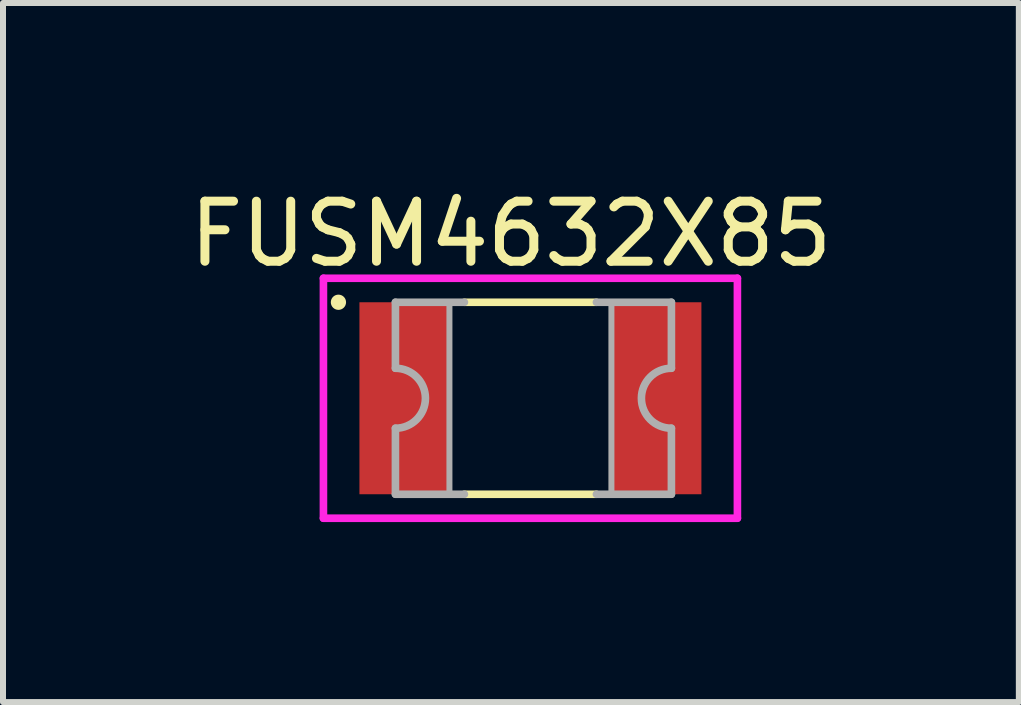
<source format=kicad_pcb>
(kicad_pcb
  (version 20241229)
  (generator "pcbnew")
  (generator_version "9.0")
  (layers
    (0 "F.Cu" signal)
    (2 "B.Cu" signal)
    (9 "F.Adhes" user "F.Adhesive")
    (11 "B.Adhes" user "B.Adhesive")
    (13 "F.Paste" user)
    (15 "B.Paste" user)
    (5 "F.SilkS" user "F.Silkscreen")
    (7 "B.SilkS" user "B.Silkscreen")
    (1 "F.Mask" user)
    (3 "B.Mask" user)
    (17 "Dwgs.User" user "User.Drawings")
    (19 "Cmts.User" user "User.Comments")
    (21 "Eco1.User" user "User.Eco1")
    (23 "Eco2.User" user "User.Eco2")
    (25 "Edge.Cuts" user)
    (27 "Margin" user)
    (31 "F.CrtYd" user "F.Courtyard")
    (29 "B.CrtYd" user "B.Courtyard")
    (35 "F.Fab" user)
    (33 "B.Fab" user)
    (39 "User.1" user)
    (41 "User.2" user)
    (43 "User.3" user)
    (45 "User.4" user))
  (footprint "FUSM4632X85"
    (layer "F.Cu")
    (at 5.791 3.588)
    (property "Reference" "FUSM4632X85" (at -0.325 -2.739 0) (layer "F.SilkS") (effects (font (size 1.001 1.001) (thickness 0.15))))
    (attr smd)
    (fp_line (start -1.1 -1.6) (end 1.1 -1.6) (stroke (width 0.127) (type solid)) (layer "F.SilkS"))
    (fp_line (start 1.1 1.6) (end -1.1 1.6) (stroke (width 0.127) (type solid)) (layer "F.SilkS"))
    (fp_circle (center -3.2 -1.6) (end -3.073 -1.6) (stroke (width 0) (type solid)) (fill yes) (layer "F.SilkS"))
    (fp_line (start -3.45 -2) (end -3.45 2) (stroke (width 0.127) (type solid)) (layer "F.CrtYd"))
    (fp_line (start -3.45 2) (end 3.45 2) (stroke (width 0.127) (type solid)) (layer "F.CrtYd"))
    (fp_line (start 3.45 -2) (end -3.45 -2) (stroke (width 0.127) (type solid)) (layer "F.CrtYd"))
    (fp_line (start 3.45 2) (end 3.45 -2) (stroke (width 0.127) (type solid)) (layer "F.CrtYd"))
    (fp_line (start -2.25 -1.6) (end -2.25 -0.5) (stroke (width 0.127) (type solid)) (layer "F.Fab"))
    (fp_line (start -2.25 -1.6) (end -1.1 -1.6) (stroke (width 0.127) (type solid)) (layer "F.Fab"))
    (fp_line (start -2.25 1.6) (end -2.25 0.5) (stroke (width 0.127) (type solid)) (layer "F.Fab"))
    (fp_line (start -1.1 1.6) (end -2.25 1.6) (stroke (width 0.127) (type solid)) (layer "F.Fab"))
    (fp_line (start 1.1 -1.6) (end 2.35 -1.6) (stroke (width 0.127) (type solid)) (layer "F.Fab"))
    (fp_line (start 2.35 -1.6) (end 2.35 -0.5) (stroke (width 0.127) (type solid)) (layer "F.Fab"))
    (fp_line (start 2.35 0.5) (end 2.35 1.6) (stroke (width 0.127) (type solid)) (layer "F.Fab"))
    (fp_line (start 2.35 1.6) (end 1.1 1.6) (stroke (width 0.127) (type solid)) (layer "F.Fab"))
    (fp_arc (start -2.25 -0.5) (mid -1.75 0) (end -2.25 0.5) (stroke (width 0.127) (type solid)) (layer "F.Fab"))
    (fp_arc (start 2.35 0.5) (mid 1.85 0) (end 2.35 -0.5) (stroke (width 0.127) (type solid)) (layer "F.Fab"))
    (fp_poly (pts (xy -1.35 -1.6) (xy -2.25 -1.6) (xy -2.25 -0.5) (xy -2.224 -0.499) (xy -2.198 -0.497) (xy -2.172 -0.494) (xy -2.146 -0.489) (xy -2.121 -0.483) (xy -2.095 -0.476) (xy -2.071 -0.467) (xy -2.047 -0.457) (xy -2.023 -0.446) (xy -2 -0.433) (xy -1.978 -0.419) (xy -1.956 -0.405) (xy -1.935 -0.389) (xy -1.915 -0.372) (xy -1.896 -0.354) (xy -1.878 -0.335) (xy -1.861 -0.315) (xy -1.845 -0.294) (xy -1.831 -0.272) (xy -1.817 -0.25) (xy -1.804 -0.227) (xy -1.793 -0.203) (xy -1.783 -0.179) (xy -1.774 -0.155) (xy -1.767 -0.129) (xy -1.761 -0.104) (xy -1.756 -0.078) (xy -1.753 -0.052) (xy -1.751 -0.026) (xy -1.75 0) (xy -1.751 0.026) (xy -1.753 0.052) (xy -1.756 0.078) (xy -1.761 0.104) (xy -1.767 0.129) (xy -1.774 0.155) (xy -1.783 0.179) (xy -1.793 0.203) (xy -1.804 0.227) (xy -1.817 0.25) (xy -1.831 0.272) (xy -1.845 0.294) (xy -1.861 0.315) (xy -1.878 0.335) (xy -1.896 0.354) (xy -1.915 0.372) (xy -1.935 0.389) (xy -1.956 0.405) (xy -1.978 0.419) (xy -2 0.433) (xy -2.023 0.446) (xy -2.047 0.457) (xy -2.071 0.467) (xy -2.095 0.476) (xy -2.121 0.483) (xy -2.146 0.489) (xy -2.172 0.494) (xy -2.198 0.497) (xy -2.224 0.499) (xy -2.25 0.5) (xy -2.25 1.6) (xy -1.35 1.6) (xy -1.35 -1.6)) (stroke (width 0.1) (type solid)) (fill no) (layer "F.Fab"))
    (fp_poly (pts (xy 1.35 -1.6) (xy 1.35 1.6) (xy 2.35 1.6) (xy 2.35 0.5) (xy 2.324 0.499) (xy 2.298 0.497) (xy 2.272 0.494) (xy 2.246 0.489) (xy 2.221 0.483) (xy 2.195 0.476) (xy 2.171 0.467) (xy 2.147 0.457) (xy 2.123 0.446) (xy 2.1 0.433) (xy 2.078 0.419) (xy 2.056 0.405) (xy 2.035 0.389) (xy 2.015 0.372) (xy 1.996 0.354) (xy 1.978 0.335) (xy 1.961 0.315) (xy 1.945 0.294) (xy 1.931 0.272) (xy 1.917 0.25) (xy 1.904 0.227) (xy 1.893 0.203) (xy 1.883 0.179) (xy 1.874 0.155) (xy 1.867 0.129) (xy 1.861 0.104) (xy 1.856 0.078) (xy 1.853 0.052) (xy 1.851 0.026) (xy 1.85 0) (xy 1.851 -0.026) (xy 1.853 -0.052) (xy 1.856 -0.078) (xy 1.861 -0.104) (xy 1.867 -0.129) (xy 1.874 -0.155) (xy 1.883 -0.179) (xy 1.893 -0.203) (xy 1.904 -0.227) (xy 1.917 -0.25) (xy 1.931 -0.272) (xy 1.945 -0.294) (xy 1.961 -0.315) (xy 1.978 -0.335) (xy 1.996 -0.354) (xy 2.015 -0.372) (xy 2.035 -0.389) (xy 2.056 -0.405) (xy 2.078 -0.419) (xy 2.1 -0.433) (xy 2.123 -0.446) (xy 2.147 -0.457) (xy 2.171 -0.467) (xy 2.195 -0.476) (xy 2.221 -0.483) (xy 2.246 -0.489) (xy 2.272 -0.494) (xy 2.298 -0.497) (xy 2.324 -0.499) (xy 2.35 -0.5) (xy 2.35 -1.6) (xy 1.35 -1.6)) (stroke (width 0.1) (type solid)) (fill no) (layer "F.Fab"))
    (pad "1" smd rect (at -2.1 0) (size 1.5 3.2) (layers "F.Cu" "F.Mask" "F.Paste"))
    (pad "2" smd rect (at 2.1 0) (size 1.5 3.2) (layers "F.Cu" "F.Mask" "F.Paste")))
  (gr_rect
    (start -3 -3)
    (end 13.932 8.652)
    (stroke (width 0.1) (type default))
    (fill no)
    (layer "Edge.Cuts")))
</source>
